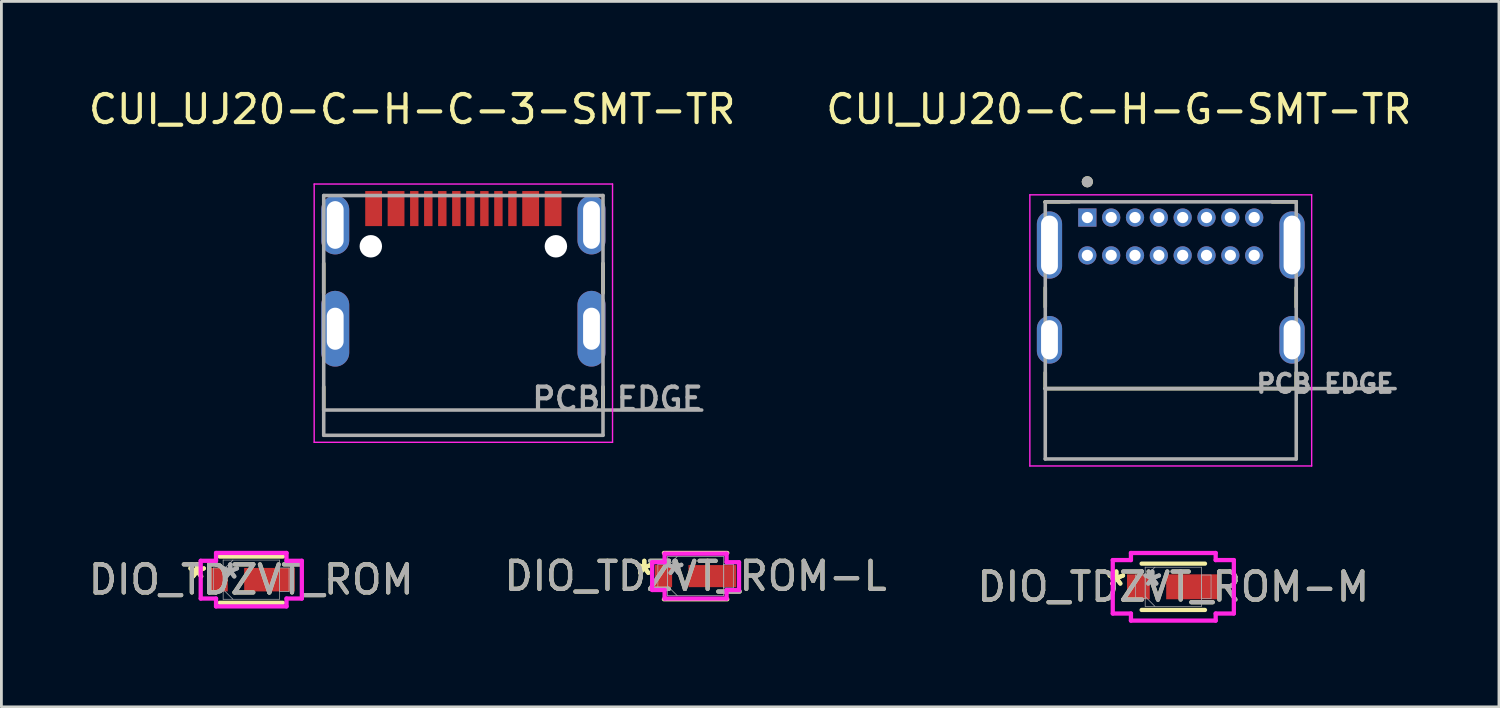
<source format=kicad_pcb>
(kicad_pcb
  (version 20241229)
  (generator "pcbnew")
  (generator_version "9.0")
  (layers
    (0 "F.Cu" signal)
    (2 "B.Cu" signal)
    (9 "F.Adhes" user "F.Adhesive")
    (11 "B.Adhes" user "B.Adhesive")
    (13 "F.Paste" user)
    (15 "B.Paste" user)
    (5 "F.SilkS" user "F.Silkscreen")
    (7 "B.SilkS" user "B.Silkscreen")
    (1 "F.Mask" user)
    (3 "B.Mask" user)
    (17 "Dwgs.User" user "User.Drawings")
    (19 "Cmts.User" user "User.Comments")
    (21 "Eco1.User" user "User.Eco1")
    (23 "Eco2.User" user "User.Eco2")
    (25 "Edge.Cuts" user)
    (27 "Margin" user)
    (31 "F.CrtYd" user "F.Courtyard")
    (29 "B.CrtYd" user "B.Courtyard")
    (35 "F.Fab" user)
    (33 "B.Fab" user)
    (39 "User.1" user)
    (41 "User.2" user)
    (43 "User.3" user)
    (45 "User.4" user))
  (footprint "CUI_UJ20-C-H-G-SMT-TR"
    (layer "F.Cu")
    (at 38.701 8.733)
    (property "Reference" "CUI_UJ20-C-H-G-SMT-TR" (at -1.85 -7.885 0) (layer "F.SilkS") (effects (font (size 1 1) (thickness 0.15))))
    (attr through_hole)
    (fp_line (start -4.475 -4.585) (end -3.62 -4.585) (stroke (width 0.127) (type solid)) (layer "F.SilkS"))
    (fp_line (start -4.475 -4.565) (end -4.475 -4.585) (stroke (width 0.127) (type solid)) (layer "F.SilkS"))
    (fp_line (start -4.475 -1.525) (end -4.475 -0.835) (stroke (width 0.127) (type solid)) (layer "F.SilkS"))
    (fp_line (start -4.475 2.075) (end -4.475 1.505) (stroke (width 0.127) (type solid)) (layer "F.SilkS"))
    (fp_line (start -4.475 2.075) (end 4.475 2.075) (stroke (width 0.127) (type solid)) (layer "F.SilkS"))
    (fp_line (start 3.62 -4.585) (end 4.475 -4.585) (stroke (width 0.127) (type solid)) (layer "F.SilkS"))
    (fp_line (start 4.475 -4.585) (end 4.475 -4.565) (stroke (width 0.127) (type solid)) (layer "F.SilkS"))
    (fp_line (start 4.475 -1.525) (end 4.475 -0.835) (stroke (width 0.127) (type solid)) (layer "F.SilkS"))
    (fp_line (start 4.475 2.075) (end 4.475 1.505) (stroke (width 0.127) (type solid)) (layer "F.SilkS"))
    (fp_circle (center -2.975 -5.3) (end -2.875 -5.3) (stroke (width 0.2) (type solid)) (fill no) (layer "F.SilkS"))
    (fp_line (start -5.025 -4.835) (end -5.025 4.835) (stroke (width 0.05) (type solid)) (layer "F.CrtYd"))
    (fp_line (start -5.025 4.835) (end 5.025 4.835) (stroke (width 0.05) (type solid)) (layer "F.CrtYd"))
    (fp_line (start 5.025 -4.835) (end -5.025 -4.835) (stroke (width 0.05) (type solid)) (layer "F.CrtYd"))
    (fp_line (start 5.025 4.835) (end 5.025 -4.835) (stroke (width 0.05) (type solid)) (layer "F.CrtYd"))
    (fp_line (start -4.475 -4.585) (end 4.475 -4.585) (stroke (width 0.127) (type solid)) (layer "F.Fab"))
    (fp_line (start -4.475 2.075) (end -4.475 -4.585) (stroke (width 0.127) (type solid)) (layer "F.Fab"))
    (fp_line (start -4.475 2.075) (end 8 2.075) (stroke (width 0.127) (type solid)) (layer "F.Fab"))
    (fp_line (start -4.475 4.585) (end -4.475 2.075) (stroke (width 0.127) (type solid)) (layer "F.Fab"))
    (fp_line (start 4.475 -4.585) (end 4.475 4.585) (stroke (width 0.127) (type solid)) (layer "F.Fab"))
    (fp_line (start 4.475 4.585) (end -4.475 4.585) (stroke (width 0.127) (type solid)) (layer "F.Fab"))
    (fp_circle (center -2.975 -5.3) (end -2.875 -5.3) (stroke (width 0.2) (type solid)) (fill no) (layer "F.Fab"))
    (fp_text user "PCB EDGE" (at 5.5 1.9 0) (layer "F.Fab") (effects (font (size 0.64 0.64) (thickness 0.15))))
    (pad "A1" thru_hole rect (at -2.975 -4.025) (size 0.65 0.65) (drill 0.4) (layers "*.Cu" "*.Mask"))
    (pad "A4" thru_hole circle (at -2.125 -4.025) (size 0.65 0.65) (drill 0.4) (layers "*.Cu" "*.Mask"))
    (pad "A5" thru_hole circle (at -1.275 -4.025) (size 0.65 0.65) (drill 0.4) (layers "*.Cu" "*.Mask"))
    (pad "A6" thru_hole circle (at -0.425 -4.025) (size 0.65 0.65) (drill 0.4) (layers "*.Cu" "*.Mask"))
    (pad "A7" thru_hole circle (at 0.425 -4.025) (size 0.65 0.65) (drill 0.4) (layers "*.Cu" "*.Mask"))
    (pad "A8" thru_hole circle (at 1.275 -4.025) (size 0.65 0.65) (drill 0.4) (layers "*.Cu" "*.Mask"))
    (pad "A9" thru_hole circle (at 2.125 -4.025) (size 0.65 0.65) (drill 0.4) (layers "*.Cu" "*.Mask"))
    (pad "A12" thru_hole circle (at 2.975 -4.025) (size 0.65 0.65) (drill 0.4) (layers "*.Cu" "*.Mask"))
    (pad "B1" thru_hole circle (at 2.975 -2.675) (size 0.65 0.65) (drill 0.4) (layers "*.Cu" "*.Mask"))
    (pad "B4" thru_hole circle (at 2.125 -2.675) (size 0.65 0.65) (drill 0.4) (layers "*.Cu" "*.Mask"))
    (pad "B5" thru_hole circle (at 1.275 -2.675) (size 0.65 0.65) (drill 0.4) (layers "*.Cu" "*.Mask"))
    (pad "B6" thru_hole circle (at 0.425 -2.675) (size 0.65 0.65) (drill 0.4) (layers "*.Cu" "*.Mask"))
    (pad "B7" thru_hole circle (at -0.425 -2.675) (size 0.65 0.65) (drill 0.4) (layers "*.Cu" "*.Mask"))
    (pad "B8" thru_hole circle (at -1.275 -2.675) (size 0.65 0.65) (drill 0.4) (layers "*.Cu" "*.Mask"))
    (pad "B9" thru_hole circle (at -2.125 -2.675) (size 0.65 0.65) (drill 0.4) (layers "*.Cu" "*.Mask"))
    (pad "B12" thru_hole circle (at -2.975 -2.675) (size 0.65 0.65) (drill 0.4) (layers "*.Cu" "*.Mask"))
    (pad "SH1" thru_hole oval (at -4.325 0.335) (size 0.9 1.7) (drill oval 0.6 1.4) (layers "*.Cu" "*.Mask"))
    (pad "SH2" thru_hole oval (at 4.325 0.335) (size 0.9 1.7) (drill oval 0.6 1.4) (layers "*.Cu" "*.Mask"))
    (pad "SH3" thru_hole oval (at -4.325 -3.045) (size 0.9 2.4) (drill oval 0.6 2.1) (layers "*.Cu" "*.Mask"))
    (pad "SH4" thru_hole oval (at 4.325 -3.045) (size 0.9 2.4) (drill oval 0.6 2.1) (layers "*.Cu" "*.Mask")))
  (footprint "DIO_TDZVT_ROM"
    (layer "F.Cu")
    (at 5.911 17.622)
    (property "Reference" "DIO_TDZVT_ROM" (at 0 0 0) (unlocked yes) (layer "F.SilkS") (effects (font (size 1 1) (thickness 0.15))))
    (attr smd)
    (fp_line (start -1.13 0.826) (end 1.13 0.826) (stroke (width 0.152) (type solid)) (layer "F.SilkS"))
    (fp_line (start 1.13 -0.826) (end -1.13 -0.826) (stroke (width 0.152) (type solid)) (layer "F.SilkS"))
    (fp_line (start -1.803 -0.673) (end -1.257 -0.673) (stroke (width 0.152) (type solid)) (layer "F.CrtYd"))
    (fp_line (start -1.803 0.673) (end -1.803 -0.673) (stroke (width 0.152) (type solid)) (layer "F.CrtYd"))
    (fp_line (start -1.257 -0.953) (end 1.257 -0.953) (stroke (width 0.152) (type solid)) (layer "F.CrtYd"))
    (fp_line (start -1.257 -0.673) (end -1.257 -0.953) (stroke (width 0.152) (type solid)) (layer "F.CrtYd"))
    (fp_line (start -1.257 0.673) (end -1.803 0.673) (stroke (width 0.152) (type solid)) (layer "F.CrtYd"))
    (fp_line (start -1.257 0.953) (end -1.257 0.673) (stroke (width 0.152) (type solid)) (layer "F.CrtYd"))
    (fp_line (start 1.257 -0.953) (end 1.257 -0.673) (stroke (width 0.152) (type solid)) (layer "F.CrtYd"))
    (fp_line (start 1.257 -0.673) (end 1.803 -0.673) (stroke (width 0.152) (type solid)) (layer "F.CrtYd"))
    (fp_line (start 1.257 0.673) (end 1.257 0.953) (stroke (width 0.152) (type solid)) (layer "F.CrtYd"))
    (fp_line (start 1.257 0.953) (end -1.257 0.953) (stroke (width 0.152) (type solid)) (layer "F.CrtYd"))
    (fp_line (start 1.803 -0.673) (end 1.803 0.673) (stroke (width 0.152) (type solid)) (layer "F.CrtYd"))
    (fp_line (start 1.803 0.673) (end 1.257 0.673) (stroke (width 0.152) (type solid)) (layer "F.CrtYd"))
    (fp_line (start -1.346 -0.419) (end -1.346 0.419) (stroke (width 0.025) (type solid)) (layer "F.Fab"))
    (fp_line (start -1.346 0.419) (end -1.003 0.419) (stroke (width 0.025) (type solid)) (layer "F.Fab"))
    (fp_line (start -1.003 -0.699) (end -1.003 0.699) (stroke (width 0.025) (type solid)) (layer "F.Fab"))
    (fp_line (start -1.003 -0.419) (end -1.346 -0.419) (stroke (width 0.025) (type solid)) (layer "F.Fab"))
    (fp_line (start -1.003 -0.349) (end -0.654 -0.699) (stroke (width 0.025) (type solid)) (layer "F.Fab"))
    (fp_line (start -1.003 0.349) (end -0.654 0.699) (stroke (width 0.025) (type solid)) (layer "F.Fab"))
    (fp_line (start -1.003 0.419) (end -1.003 -0.419) (stroke (width 0.025) (type solid)) (layer "F.Fab"))
    (fp_line (start -1.003 0.699) (end 1.003 0.699) (stroke (width 0.025) (type solid)) (layer "F.Fab"))
    (fp_line (start 1.003 -0.699) (end -1.003 -0.699) (stroke (width 0.025) (type solid)) (layer "F.Fab"))
    (fp_line (start 1.003 -0.419) (end 1.003 0.419) (stroke (width 0.025) (type solid)) (layer "F.Fab"))
    (fp_line (start 1.003 0.419) (end 1.346 0.419) (stroke (width 0.025) (type solid)) (layer "F.Fab"))
    (fp_line (start 1.003 0.699) (end 1.003 -0.699) (stroke (width 0.025) (type solid)) (layer "F.Fab"))
    (fp_line (start 1.346 -0.419) (end 1.003 -0.419) (stroke (width 0.025) (type solid)) (layer "F.Fab"))
    (fp_line (start 1.346 0.419) (end 1.346 -0.419) (stroke (width 0.025) (type solid)) (layer "F.Fab"))
    (fp_text user "*" (at -1.93 0 0) (unlocked yes) (layer "F.SilkS") (effects (font (size 1 1) (thickness 0.15))))
    (fp_text user "*" (at -1.93 0 0) (layer "F.SilkS") (effects (font (size 1 1) (thickness 0.15))))
    (fp_text user "${REFERENCE}" (at 0 0 0) (unlocked yes) (layer "F.Fab") (effects (font (size 1 1) (thickness 0.15))))
    (fp_text user "*" (at -0.749 0 0) (layer "F.Fab") (effects (font (size 1 1) (thickness 0.15))))
    (fp_text user "*" (at -0.749 0 0) (unlocked yes) (layer "F.Fab") (effects (font (size 1 1) (thickness 0.15))))
    (pad "1" smd rect (at -1.194 0) (size 0.711 0.838) (layers "F.Cu" "F.Mask" "F.Paste"))
    (pad "2" smd rect (at 0.648 0) (size 1.803 0.838) (layers "F.Cu" "F.Mask" "F.Paste"))
    (zone (net_name "") (layer "F.Cu") (hatch full 0.508) (connect_pads) (min_thickness 0.254) (filled_areas_thickness no) (keepout (tracks not_allowed) (vias not_allowed) (pads allowed) (copperpour not_allowed) (footprints allowed)) (placement (enabled no)) (fill) (polygon (pts (xy 5.123 16.974) (xy 5.606 16.974) (xy 5.606 18.27) (xy 5.123 18.27)))))
  (footprint "DIO_TDZVT_ROM-M"
    (layer "F.Cu")
    (at 38.792 17.876)
    (property "Reference" "DIO_TDZVT_ROM-M" (at 0 0 0) (unlocked yes) (layer "F.SilkS") (effects (font (size 1 1) (thickness 0.15))))
    (attr smd)
    (fp_line (start -1.13 0.826) (end 1.13 0.826) (stroke (width 0.152) (type solid)) (layer "F.SilkS"))
    (fp_line (start 1.13 -0.826) (end -1.13 -0.826) (stroke (width 0.152) (type solid)) (layer "F.SilkS"))
    (fp_line (start -2.159 -0.953) (end -1.511 -0.953) (stroke (width 0.152) (type solid)) (layer "F.CrtYd"))
    (fp_line (start -2.159 0.953) (end -2.159 -0.953) (stroke (width 0.152) (type solid)) (layer "F.CrtYd"))
    (fp_line (start -1.511 -1.206) (end 1.511 -1.206) (stroke (width 0.152) (type solid)) (layer "F.CrtYd"))
    (fp_line (start -1.511 -0.953) (end -1.511 -1.206) (stroke (width 0.152) (type solid)) (layer "F.CrtYd"))
    (fp_line (start -1.511 0.953) (end -2.159 0.953) (stroke (width 0.152) (type solid)) (layer "F.CrtYd"))
    (fp_line (start -1.511 1.206) (end -1.511 0.953) (stroke (width 0.152) (type solid)) (layer "F.CrtYd"))
    (fp_line (start 1.511 -1.206) (end 1.511 -0.953) (stroke (width 0.152) (type solid)) (layer "F.CrtYd"))
    (fp_line (start 1.511 -0.953) (end 2.159 -0.953) (stroke (width 0.152) (type solid)) (layer "F.CrtYd"))
    (fp_line (start 1.511 0.953) (end 1.511 1.206) (stroke (width 0.152) (type solid)) (layer "F.CrtYd"))
    (fp_line (start 1.511 1.206) (end -1.511 1.206) (stroke (width 0.152) (type solid)) (layer "F.CrtYd"))
    (fp_line (start 2.159 -0.953) (end 2.159 0.953) (stroke (width 0.152) (type solid)) (layer "F.CrtYd"))
    (fp_line (start 2.159 0.953) (end 1.511 0.953) (stroke (width 0.152) (type solid)) (layer "F.CrtYd"))
    (fp_line (start -1.346 -0.419) (end -1.346 0.419) (stroke (width 0.025) (type solid)) (layer "F.Fab"))
    (fp_line (start -1.346 0.419) (end -1.003 0.419) (stroke (width 0.025) (type solid)) (layer "F.Fab"))
    (fp_line (start -1.003 -0.699) (end -1.003 0.699) (stroke (width 0.025) (type solid)) (layer "F.Fab"))
    (fp_line (start -1.003 -0.419) (end -1.346 -0.419) (stroke (width 0.025) (type solid)) (layer "F.Fab"))
    (fp_line (start -1.003 -0.349) (end -0.654 -0.699) (stroke (width 0.025) (type solid)) (layer "F.Fab"))
    (fp_line (start -1.003 0.349) (end -0.654 0.699) (stroke (width 0.025) (type solid)) (layer "F.Fab"))
    (fp_line (start -1.003 0.419) (end -1.003 -0.419) (stroke (width 0.025) (type solid)) (layer "F.Fab"))
    (fp_line (start -1.003 0.699) (end 1.003 0.699) (stroke (width 0.025) (type solid)) (layer "F.Fab"))
    (fp_line (start 1.003 -0.699) (end -1.003 -0.699) (stroke (width 0.025) (type solid)) (layer "F.Fab"))
    (fp_line (start 1.003 -0.419) (end 1.003 0.419) (stroke (width 0.025) (type solid)) (layer "F.Fab"))
    (fp_line (start 1.003 0.419) (end 1.346 0.419) (stroke (width 0.025) (type solid)) (layer "F.Fab"))
    (fp_line (start 1.003 0.699) (end 1.003 -0.699) (stroke (width 0.025) (type solid)) (layer "F.Fab"))
    (fp_line (start 1.346 -0.419) (end 1.003 -0.419) (stroke (width 0.025) (type solid)) (layer "F.Fab"))
    (fp_line (start 1.346 0.419) (end 1.346 -0.419) (stroke (width 0.025) (type solid)) (layer "F.Fab"))
    (fp_text user "*" (at -2.032 0 0) (unlocked yes) (layer "F.SilkS") (effects (font (size 1 1) (thickness 0.15))))
    (fp_text user "*" (at -2.032 0 0) (layer "F.SilkS") (effects (font (size 1 1) (thickness 0.15))))
    (fp_text user "*" (at -0.749 0 0) (layer "F.Fab") (effects (font (size 1 1) (thickness 0.15))))
    (fp_text user "*" (at -0.749 0 0) (unlocked yes) (layer "F.Fab") (effects (font (size 1 1) (thickness 0.15))))
    (fp_text user "${REFERENCE}" (at 0 0 0) (unlocked yes) (layer "F.Fab") (effects (font (size 1 1) (thickness 0.15))))
    (pad "1" smd rect (at -1.245 0) (size 0.813 0.889) (layers "F.Cu" "F.Mask" "F.Paste"))
    (pad "2" smd rect (at 0.699 0) (size 1.905 0.889) (layers "F.Cu" "F.Mask" "F.Paste"))
    (zone (net_name "") (layer "F.Cu") (hatch full 0.508) (connect_pads) (min_thickness 0.254) (filled_areas_thickness no) (keepout (tracks not_allowed) (vias not_allowed) (pads allowed) (copperpour not_allowed) (footprints allowed)) (placement (enabled no)) (fill) (polygon (pts (xy 38.004 17.228) (xy 38.487 17.228) (xy 38.487 18.524) (xy 38.004 18.524)))))
  (footprint "CUI_UJ20-C-H-C-3-SMT-TR"
    (layer "F.Cu")
    (at 13.474 8.173)
    (property "Reference" "CUI_UJ20-C-H-C-3-SMT-TR" (at -1.825 -7.325 0) (layer "F.SilkS") (effects (font (size 1 1) (thickness 0.15))))
    (attr smd)
    (fp_poly (pts (xy -3.55 -4.46) (xy -2.85 -4.46) (xy -2.85 -3.11) (xy -3.55 -3.11)) (stroke (width 0.01) (type solid)) (fill yes) (layer "F.Mask"))
    (fp_poly (pts (xy -2.75 -4.46) (xy -2.05 -4.46) (xy -2.05 -3.11) (xy -2.75 -3.11)) (stroke (width 0.01) (type solid)) (fill yes) (layer "F.Mask"))
    (fp_poly (pts (xy -1.95 -4.46) (xy -1.55 -4.46) (xy -1.55 -3.11) (xy -1.95 -3.11)) (stroke (width 0.01) (type solid)) (fill yes) (layer "F.Mask"))
    (fp_poly (pts (xy -1.45 -4.46) (xy -1.05 -4.46) (xy -1.05 -3.11) (xy -1.45 -3.11)) (stroke (width 0.01) (type solid)) (fill yes) (layer "F.Mask"))
    (fp_poly (pts (xy -0.95 -4.46) (xy -0.55 -4.46) (xy -0.55 -3.11) (xy -0.95 -3.11)) (stroke (width 0.01) (type solid)) (fill yes) (layer "F.Mask"))
    (fp_poly (pts (xy -0.45 -4.46) (xy -0.05 -4.46) (xy -0.05 -3.11) (xy -0.45 -3.11)) (stroke (width 0.01) (type solid)) (fill yes) (layer "F.Mask"))
    (fp_poly (pts (xy 0.05 -4.46) (xy 0.45 -4.46) (xy 0.45 -3.11) (xy 0.05 -3.11)) (stroke (width 0.01) (type solid)) (fill yes) (layer "F.Mask"))
    (fp_poly (pts (xy 0.55 -4.46) (xy 0.95 -4.46) (xy 0.95 -3.11) (xy 0.55 -3.11)) (stroke (width 0.01) (type solid)) (fill yes) (layer "F.Mask"))
    (fp_poly (pts (xy 1.05 -4.46) (xy 1.45 -4.46) (xy 1.45 -3.11) (xy 1.05 -3.11)) (stroke (width 0.01) (type solid)) (fill yes) (layer "F.Mask"))
    (fp_poly (pts (xy 1.55 -4.46) (xy 1.95 -4.46) (xy 1.95 -3.11) (xy 1.55 -3.11)) (stroke (width 0.01) (type solid)) (fill yes) (layer "F.Mask"))
    (fp_poly (pts (xy 2.05 -4.46) (xy 2.75 -4.46) (xy 2.75 -3.11) (xy 2.05 -3.11)) (stroke (width 0.01) (type solid)) (fill yes) (layer "F.Mask"))
    (fp_poly (pts (xy 2.85 -4.46) (xy 3.55 -4.46) (xy 3.55 -3.11) (xy 2.85 -3.11)) (stroke (width 0.01) (type solid)) (fill yes) (layer "F.Mask"))
    (fp_line (start -4.98 -0.77) (end -4.98 -1.83) (stroke (width 0.127) (type solid)) (layer "F.SilkS"))
    (fp_line (start -4.98 3.4) (end -4.98 2.57) (stroke (width 0.127) (type solid)) (layer "F.SilkS"))
    (fp_line (start 4.98 -0.77) (end 4.98 -1.83) (stroke (width 0.127) (type solid)) (layer "F.SilkS"))
    (fp_line (start 4.98 3.4) (end 4.98 2.57) (stroke (width 0.127) (type solid)) (layer "F.SilkS"))
    (fp_line (start -5.32 -4.66) (end 5.32 -4.66) (stroke (width 0.05) (type solid)) (layer "F.CrtYd"))
    (fp_line (start -5.32 4.55) (end -5.32 -4.66) (stroke (width 0.05) (type solid)) (layer "F.CrtYd"))
    (fp_line (start 5.32 -4.66) (end 5.32 4.55) (stroke (width 0.05) (type solid)) (layer "F.CrtYd"))
    (fp_line (start 5.32 4.55) (end -5.32 4.55) (stroke (width 0.05) (type solid)) (layer "F.CrtYd"))
    (fp_line (start -4.98 -4.25) (end 4.98 -4.25) (stroke (width 0.127) (type solid)) (layer "F.Fab"))
    (fp_line (start -4.98 3.4) (end -4.98 -4.25) (stroke (width 0.127) (type solid)) (layer "F.Fab"))
    (fp_line (start -4.98 3.4) (end 8.5 3.4) (stroke (width 0.127) (type solid)) (layer "F.Fab"))
    (fp_line (start -4.98 4.3) (end -4.98 3.4) (stroke (width 0.127) (type solid)) (layer "F.Fab"))
    (fp_line (start 4.98 -4.25) (end 4.98 4.3) (stroke (width 0.127) (type solid)) (layer "F.Fab"))
    (fp_line (start 4.98 4.3) (end -4.98 4.3) (stroke (width 0.127) (type solid)) (layer "F.Fab"))
    (fp_text user "PCB EDGE" (at 5.5 3 0) (layer "F.Fab") (effects (font (size 0.8 0.8) (thickness 0.15))))
    (pad "" np_thru_hole circle (at -3.3 -2.44) (size 0.8 0.8) (drill 0.8) (layers "*.Cu" "*.Mask"))
    (pad "" np_thru_hole circle (at 3.3 -2.44) (size 0.8 0.8) (drill 0.8) (layers "*.Cu" "*.Mask"))
    (pad "A1_B12" smd rect (at -3.2 -3.785) (size 0.6 1.25) (layers "F.Cu" "F.Paste"))
    (pad "A4_B9" smd rect (at -2.4 -3.785) (size 0.6 1.25) (layers "F.Cu" "F.Paste"))
    (pad "A5" smd rect (at -1.25 -3.785) (size 0.3 1.25) (layers "F.Cu" "F.Paste"))
    (pad "A6" smd rect (at -0.25 -3.785) (size 0.3 1.25) (layers "F.Cu" "F.Paste"))
    (pad "A7" smd rect (at 0.25 -3.785) (size 0.3 1.25) (layers "F.Cu" "F.Paste"))
    (pad "A8" smd rect (at 1.25 -3.785) (size 0.3 1.25) (layers "F.Cu" "F.Paste"))
    (pad "A9_B4" smd rect (at 2.4 -3.785) (size 0.6 1.25) (layers "F.Cu" "F.Paste"))
    (pad "A12_B1" smd rect (at 3.2 -3.785) (size 0.6 1.25) (layers "F.Cu" "F.Paste"))
    (pad "B5" smd rect (at 1.75 -3.785) (size 0.3 1.25) (layers "F.Cu" "F.Paste"))
    (pad "B6" smd rect (at 0.75 -3.785) (size 0.3 1.25) (layers "F.Cu" "F.Paste"))
    (pad "B7" smd rect (at -0.75 -3.785) (size 0.3 1.25) (layers "F.Cu" "F.Paste"))
    (pad "B8" smd rect (at -1.75 -3.785) (size 0.3 1.25) (layers "F.Cu" "F.Paste"))
    (pad "SH1" thru_hole oval (at -4.57 -3.2) (size 1 2.1) (drill oval 0.6 1.7) (layers "*.Cu" "*.Mask"))
    (pad "SH2" thru_hole oval (at 4.57 -3.2) (size 1 2.1) (drill oval 0.6 1.7) (layers "*.Cu" "*.Mask"))
    (pad "SH3" thru_hole oval (at -4.57 0.5) (size 1 2.7) (drill oval 0.6 1.5) (layers "*.Cu" "*.Mask"))
    (pad "SH4" thru_hole oval (at 4.57 0.5) (size 1 2.7) (drill oval 0.6 1.5) (layers "*.Cu" "*.Mask")))
  (footprint "DIO_TDZVT_ROM-L"
    (layer "F.Cu")
    (at 21.756 17.495)
    (property "Reference" "DIO_TDZVT_ROM-L" (at 0 0 0) (unlocked yes) (layer "F.SilkS") (effects (font (size 1 1) (thickness 0.15))))
    (attr smd)
    (fp_line (start -1.13 0.826) (end 1.13 0.826) (stroke (width 0.152) (type solid)) (layer "F.SilkS"))
    (fp_line (start 1.13 -0.826) (end -1.13 -0.826) (stroke (width 0.152) (type solid)) (layer "F.SilkS"))
    (fp_line (start -1.549 -0.495) (end -1.105 -0.495) (stroke (width 0.152) (type solid)) (layer "F.CrtYd"))
    (fp_line (start -1.549 0.495) (end -1.549 -0.495) (stroke (width 0.152) (type solid)) (layer "F.CrtYd"))
    (fp_line (start -1.105 -0.8) (end 1.105 -0.8) (stroke (width 0.152) (type solid)) (layer "F.CrtYd"))
    (fp_line (start -1.105 -0.495) (end -1.105 -0.8) (stroke (width 0.152) (type solid)) (layer "F.CrtYd"))
    (fp_line (start -1.105 0.495) (end -1.549 0.495) (stroke (width 0.152) (type solid)) (layer "F.CrtYd"))
    (fp_line (start -1.105 0.8) (end -1.105 0.495) (stroke (width 0.152) (type solid)) (layer "F.CrtYd"))
    (fp_line (start 1.105 -0.8) (end 1.105 -0.495) (stroke (width 0.152) (type solid)) (layer "F.CrtYd"))
    (fp_line (start 1.105 -0.495) (end 1.549 -0.495) (stroke (width 0.152) (type solid)) (layer "F.CrtYd"))
    (fp_line (start 1.105 0.495) (end 1.105 0.8) (stroke (width 0.152) (type solid)) (layer "F.CrtYd"))
    (fp_line (start 1.105 0.8) (end -1.105 0.8) (stroke (width 0.152) (type solid)) (layer "F.CrtYd"))
    (fp_line (start 1.549 -0.495) (end 1.549 0.495) (stroke (width 0.152) (type solid)) (layer "F.CrtYd"))
    (fp_line (start 1.549 0.495) (end 1.105 0.495) (stroke (width 0.152) (type solid)) (layer "F.CrtYd"))
    (fp_line (start -1.346 -0.419) (end -1.346 0.419) (stroke (width 0.025) (type solid)) (layer "F.Fab"))
    (fp_line (start -1.346 0.419) (end -1.003 0.419) (stroke (width 0.025) (type solid)) (layer "F.Fab"))
    (fp_line (start -1.003 -0.699) (end -1.003 0.699) (stroke (width 0.025) (type solid)) (layer "F.Fab"))
    (fp_line (start -1.003 -0.419) (end -1.346 -0.419) (stroke (width 0.025) (type solid)) (layer "F.Fab"))
    (fp_line (start -1.003 -0.349) (end -0.654 -0.699) (stroke (width 0.025) (type solid)) (layer "F.Fab"))
    (fp_line (start -1.003 0.349) (end -0.654 0.699) (stroke (width 0.025) (type solid)) (layer "F.Fab"))
    (fp_line (start -1.003 0.419) (end -1.003 -0.419) (stroke (width 0.025) (type solid)) (layer "F.Fab"))
    (fp_line (start -1.003 0.699) (end 1.003 0.699) (stroke (width 0.025) (type solid)) (layer "F.Fab"))
    (fp_line (start 1.003 -0.699) (end -1.003 -0.699) (stroke (width 0.025) (type solid)) (layer "F.Fab"))
    (fp_line (start 1.003 -0.419) (end 1.003 0.419) (stroke (width 0.025) (type solid)) (layer "F.Fab"))
    (fp_line (start 1.003 0.419) (end 1.346 0.419) (stroke (width 0.025) (type solid)) (layer "F.Fab"))
    (fp_line (start 1.003 0.699) (end 1.003 -0.699) (stroke (width 0.025) (type solid)) (layer "F.Fab"))
    (fp_line (start 1.346 -0.419) (end 1.003 -0.419) (stroke (width 0.025) (type solid)) (layer "F.Fab"))
    (fp_line (start 1.346 0.419) (end 1.346 -0.419) (stroke (width 0.025) (type solid)) (layer "F.Fab"))
    (fp_text user "*" (at -1.829 0 0) (unlocked yes) (layer "F.SilkS") (effects (font (size 1 1) (thickness 0.15))))
    (fp_text user "*" (at -1.829 0 0) (layer "F.SilkS") (effects (font (size 1 1) (thickness 0.15))))
    (fp_text user "*" (at -0.749 0 0) (layer "F.Fab") (effects (font (size 1 1) (thickness 0.15))))
    (fp_text user "*" (at -0.749 0 0) (unlocked yes) (layer "F.Fab") (effects (font (size 1 1) (thickness 0.15))))
    (fp_text user "${REFERENCE}" (at 0 0 0) (unlocked yes) (layer "F.Fab") (effects (font (size 1 1) (thickness 0.15))))
    (pad "1" smd rect (at -1.143 0) (size 0.61 0.787) (layers "F.Cu" "F.Mask" "F.Paste"))
    (pad "2" smd rect (at 0.597 0) (size 1.702 0.787) (layers "F.Cu" "F.Mask" "F.Paste"))
    (zone (net_name "") (layer "F.Cu") (hatch full 0.508) (connect_pads) (min_thickness 0.254) (filled_areas_thickness no) (keepout (tracks not_allowed) (vias not_allowed) (pads allowed) (copperpour not_allowed) (footprints allowed)) (placement (enabled no)) (fill) (polygon (pts (xy 20.969 16.847) (xy 21.451 16.847) (xy 21.451 18.143) (xy 20.969 18.143)))))
  (gr_rect
    (start -3 -3)
    (end 50.405 22.159)
    (stroke (width 0.1) (type default))
    (fill no)
    (layer "Edge.Cuts")))
</source>
